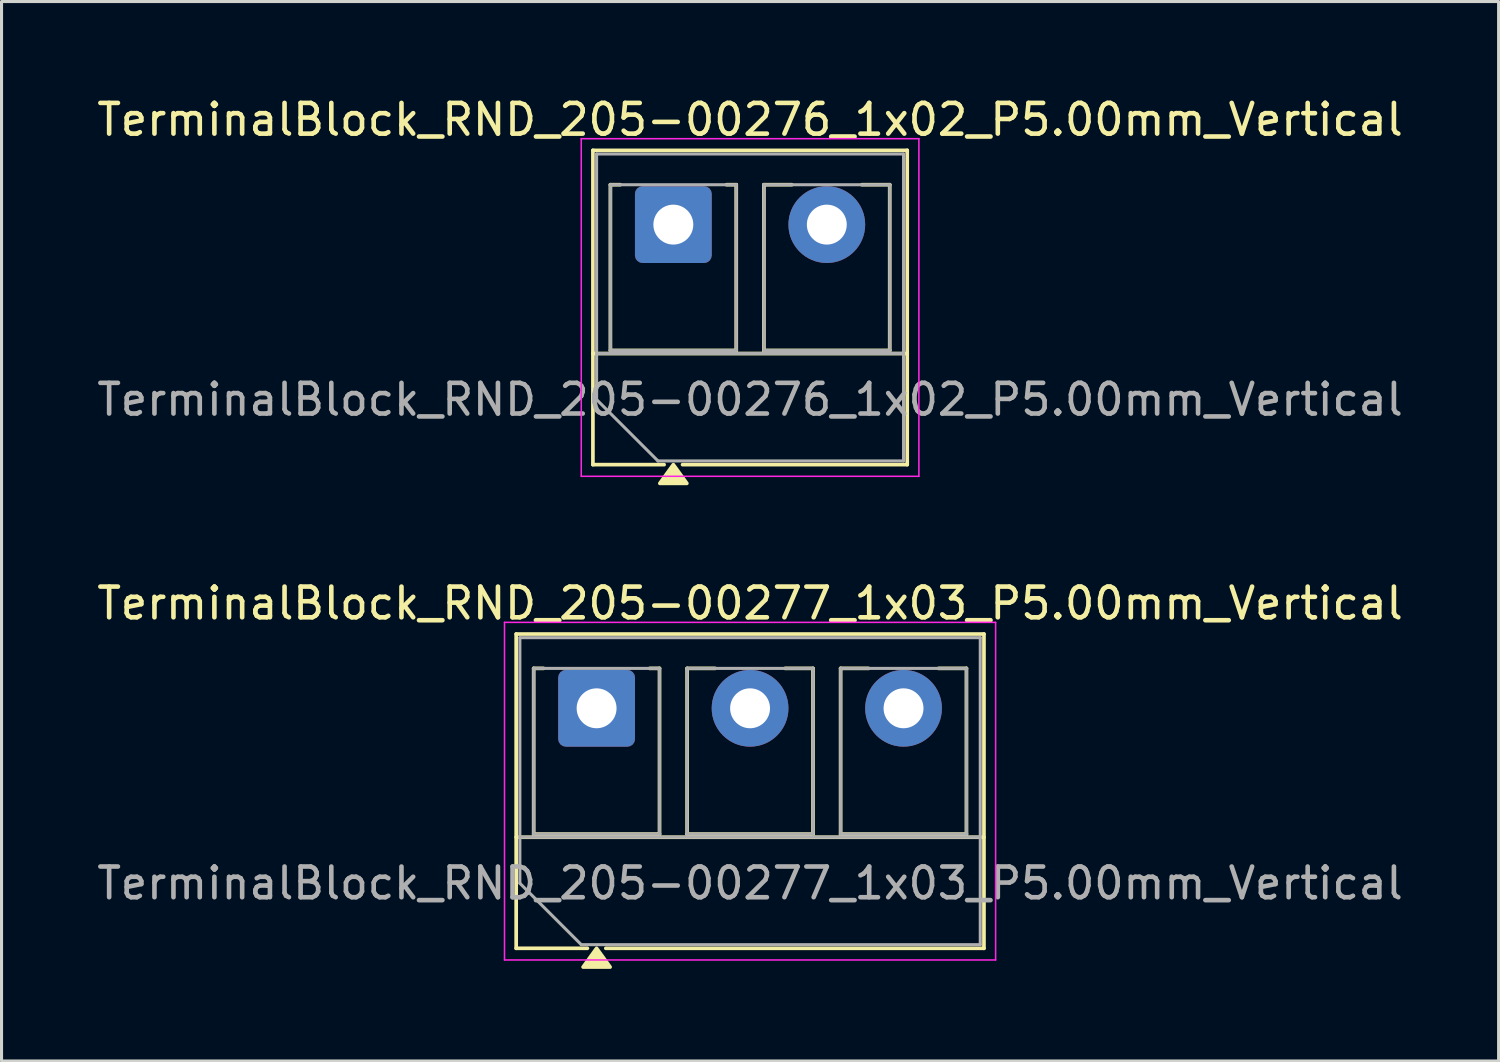
<source format=kicad_pcb>
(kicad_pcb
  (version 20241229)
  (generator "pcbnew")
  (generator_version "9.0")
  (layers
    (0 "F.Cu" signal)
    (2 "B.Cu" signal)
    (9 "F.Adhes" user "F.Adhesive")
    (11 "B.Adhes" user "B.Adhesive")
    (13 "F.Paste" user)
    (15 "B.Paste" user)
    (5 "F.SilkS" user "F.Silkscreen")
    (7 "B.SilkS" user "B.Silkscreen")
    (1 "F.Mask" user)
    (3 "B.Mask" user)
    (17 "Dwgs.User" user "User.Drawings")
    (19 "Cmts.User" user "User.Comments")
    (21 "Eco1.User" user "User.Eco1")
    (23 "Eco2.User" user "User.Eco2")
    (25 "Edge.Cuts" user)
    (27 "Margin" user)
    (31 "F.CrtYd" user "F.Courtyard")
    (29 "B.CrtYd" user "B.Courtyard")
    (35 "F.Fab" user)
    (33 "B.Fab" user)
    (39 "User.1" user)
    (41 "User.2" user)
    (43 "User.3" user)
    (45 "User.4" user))
  (footprint "TerminalBlock_RND_205-00277_1x03_P5.00mm_Vertical"
    (layer "F.Cu")
    (at 16.387 20.026)
    (property "Reference" "TerminalBlock_RND_205-00277_1x03_P5.00mm_Vertical" (at 5 -3.42 0) (layer "F.SilkS") (effects (font (size 1 1) (thickness 0.15))))
    (attr through_hole)
    (fp_line (start -2.62 -2.42) (end 12.62 -2.42) (stroke (width 0.12) (type solid)) (layer "F.SilkS"))
    (fp_line (start -2.62 4.2) (end 12.62 4.2) (stroke (width 0.12) (type solid)) (layer "F.SilkS"))
    (fp_line (start -2.62 7.82) (end -2.62 -2.42) (stroke (width 0.12) (type solid)) (layer "F.SilkS"))
    (fp_line (start -2.05 -1.3) (end -1.73 -1.3) (stroke (width 0.12) (type solid)) (layer "F.SilkS"))
    (fp_line (start -2.05 4.1) (end -2.05 -1.3) (stroke (width 0.12) (type solid)) (layer "F.SilkS"))
    (fp_line (start -0.3 7.82) (end -2.62 7.82) (stroke (width 0.12) (type solid)) (layer "F.SilkS"))
    (fp_line (start 1.73 -1.3) (end 2.05 -1.3) (stroke (width 0.12) (type solid)) (layer "F.SilkS"))
    (fp_line (start 2.05 -1.3) (end 2.05 4.1) (stroke (width 0.12) (type solid)) (layer "F.SilkS"))
    (fp_line (start 2.05 4.1) (end -2.05 4.1) (stroke (width 0.12) (type solid)) (layer "F.SilkS"))
    (fp_line (start 2.95 -1.3) (end 3.859 -1.3) (stroke (width 0.12) (type solid)) (layer "F.SilkS"))
    (fp_line (start 2.95 4.1) (end 2.95 -1.3) (stroke (width 0.12) (type solid)) (layer "F.SilkS"))
    (fp_line (start 6.141 -1.3) (end 7.05 -1.3) (stroke (width 0.12) (type solid)) (layer "F.SilkS"))
    (fp_line (start 7.05 -1.3) (end 7.05 4.1) (stroke (width 0.12) (type solid)) (layer "F.SilkS"))
    (fp_line (start 7.05 4.1) (end 2.95 4.1) (stroke (width 0.12) (type solid)) (layer "F.SilkS"))
    (fp_line (start 7.95 -1.3) (end 8.859 -1.3) (stroke (width 0.12) (type solid)) (layer "F.SilkS"))
    (fp_line (start 7.95 4.1) (end 7.95 -1.3) (stroke (width 0.12) (type solid)) (layer "F.SilkS"))
    (fp_line (start 11.141 -1.3) (end 12.05 -1.3) (stroke (width 0.12) (type solid)) (layer "F.SilkS"))
    (fp_line (start 12.05 -1.3) (end 12.05 4.1) (stroke (width 0.12) (type solid)) (layer "F.SilkS"))
    (fp_line (start 12.05 4.1) (end 7.95 4.1) (stroke (width 0.12) (type solid)) (layer "F.SilkS"))
    (fp_line (start 12.62 -2.42) (end 12.62 7.82) (stroke (width 0.12) (type solid)) (layer "F.SilkS"))
    (fp_line (start 12.62 7.82) (end 0.3 7.82) (stroke (width 0.12) (type solid)) (layer "F.SilkS"))
    (fp_poly (pts (xy 0 7.82) (xy 0.44 8.43) (xy -0.44 8.43)) (stroke (width 0.12) (type solid)) (fill yes) (layer "F.SilkS"))
    (fp_line (start -3 -2.8) (end -3 8.2) (stroke (width 0.05) (type solid)) (layer "F.CrtYd"))
    (fp_line (start -3 8.2) (end 13 8.2) (stroke (width 0.05) (type solid)) (layer "F.CrtYd"))
    (fp_line (start 13 -2.8) (end -3 -2.8) (stroke (width 0.05) (type solid)) (layer "F.CrtYd"))
    (fp_line (start 13 8.2) (end 13 -2.8) (stroke (width 0.05) (type solid)) (layer "F.CrtYd"))
    (fp_line (start -2.5 -2.3) (end 12.5 -2.3) (stroke (width 0.1) (type solid)) (layer "F.Fab"))
    (fp_line (start -2.5 4.2) (end 12.5 4.2) (stroke (width 0.1) (type solid)) (layer "F.Fab"))
    (fp_line (start -2.5 5.7) (end -2.5 -2.3) (stroke (width 0.1) (type solid)) (layer "F.Fab"))
    (fp_line (start -2.05 -1.3) (end -2.05 4.1) (stroke (width 0.1) (type solid)) (layer "F.Fab"))
    (fp_line (start -2.05 4.1) (end 2.05 4.1) (stroke (width 0.1) (type solid)) (layer "F.Fab"))
    (fp_line (start -0.5 7.7) (end -2.5 5.7) (stroke (width 0.1) (type solid)) (layer "F.Fab"))
    (fp_line (start 2.05 -1.3) (end -2.05 -1.3) (stroke (width 0.1) (type solid)) (layer "F.Fab"))
    (fp_line (start 2.05 4.1) (end 2.05 -1.3) (stroke (width 0.1) (type solid)) (layer "F.Fab"))
    (fp_line (start 2.95 -1.3) (end 2.95 4.1) (stroke (width 0.1) (type solid)) (layer "F.Fab"))
    (fp_line (start 2.95 4.1) (end 7.05 4.1) (stroke (width 0.1) (type solid)) (layer "F.Fab"))
    (fp_line (start 7.05 -1.3) (end 2.95 -1.3) (stroke (width 0.1) (type solid)) (layer "F.Fab"))
    (fp_line (start 7.05 4.1) (end 7.05 -1.3) (stroke (width 0.1) (type solid)) (layer "F.Fab"))
    (fp_line (start 7.95 -1.3) (end 7.95 4.1) (stroke (width 0.1) (type solid)) (layer "F.Fab"))
    (fp_line (start 7.95 4.1) (end 12.05 4.1) (stroke (width 0.1) (type solid)) (layer "F.Fab"))
    (fp_line (start 12.05 -1.3) (end 7.95 -1.3) (stroke (width 0.1) (type solid)) (layer "F.Fab"))
    (fp_line (start 12.05 4.1) (end 12.05 -1.3) (stroke (width 0.1) (type solid)) (layer "F.Fab"))
    (fp_line (start 12.5 -2.3) (end 12.5 7.7) (stroke (width 0.1) (type solid)) (layer "F.Fab"))
    (fp_line (start 12.5 7.7) (end -0.5 7.7) (stroke (width 0.1) (type solid)) (layer "F.Fab"))
    (fp_text user "${REFERENCE}" (at 5 5.7 0) (layer "F.Fab") (effects (font (size 1 1) (thickness 0.15))))
    (pad "1" thru_hole roundrect (at 0 0) (size 2.5 2.5) (drill 1.3) (layers "*.Cu" "*.Mask") (roundrect_rratio 0.1))
    (pad "2" thru_hole circle (at 5 0) (size 2.5 2.5) (drill 1.3) (layers "*.Cu" "*.Mask"))
    (pad "3" thru_hole circle (at 10 0) (size 2.5 2.5) (drill 1.3) (layers "*.Cu" "*.Mask")))
  (footprint "TerminalBlock_RND_205-00276_1x02_P5.00mm_Vertical"
    (layer "F.Cu")
    (at 18.887 4.268)
    (property "Reference" "TerminalBlock_RND_205-00276_1x02_P5.00mm_Vertical" (at 2.5 -3.42 0) (layer "F.SilkS") (effects (font (size 1 1) (thickness 0.15))))
    (attr through_hole)
    (fp_line (start -2.62 -2.42) (end 7.62 -2.42) (stroke (width 0.12) (type solid)) (layer "F.SilkS"))
    (fp_line (start -2.62 4.2) (end 7.62 4.2) (stroke (width 0.12) (type solid)) (layer "F.SilkS"))
    (fp_line (start -2.62 7.82) (end -2.62 -2.42) (stroke (width 0.12) (type solid)) (layer "F.SilkS"))
    (fp_line (start -2.05 -1.3) (end -1.73 -1.3) (stroke (width 0.12) (type solid)) (layer "F.SilkS"))
    (fp_line (start -2.05 4.1) (end -2.05 -1.3) (stroke (width 0.12) (type solid)) (layer "F.SilkS"))
    (fp_line (start -0.3 7.82) (end -2.62 7.82) (stroke (width 0.12) (type solid)) (layer "F.SilkS"))
    (fp_line (start 1.73 -1.3) (end 2.05 -1.3) (stroke (width 0.12) (type solid)) (layer "F.SilkS"))
    (fp_line (start 2.05 -1.3) (end 2.05 4.1) (stroke (width 0.12) (type solid)) (layer "F.SilkS"))
    (fp_line (start 2.05 4.1) (end -2.05 4.1) (stroke (width 0.12) (type solid)) (layer "F.SilkS"))
    (fp_line (start 2.95 -1.3) (end 3.859 -1.3) (stroke (width 0.12) (type solid)) (layer "F.SilkS"))
    (fp_line (start 2.95 4.1) (end 2.95 -1.3) (stroke (width 0.12) (type solid)) (layer "F.SilkS"))
    (fp_line (start 6.141 -1.3) (end 7.05 -1.3) (stroke (width 0.12) (type solid)) (layer "F.SilkS"))
    (fp_line (start 7.05 -1.3) (end 7.05 4.1) (stroke (width 0.12) (type solid)) (layer "F.SilkS"))
    (fp_line (start 7.05 4.1) (end 2.95 4.1) (stroke (width 0.12) (type solid)) (layer "F.SilkS"))
    (fp_line (start 7.62 -2.42) (end 7.62 7.82) (stroke (width 0.12) (type solid)) (layer "F.SilkS"))
    (fp_line (start 7.62 7.82) (end 0.3 7.82) (stroke (width 0.12) (type solid)) (layer "F.SilkS"))
    (fp_poly (pts (xy 0 7.82) (xy 0.44 8.43) (xy -0.44 8.43)) (stroke (width 0.12) (type solid)) (fill yes) (layer "F.SilkS"))
    (fp_line (start -3 -2.8) (end -3 8.2) (stroke (width 0.05) (type solid)) (layer "F.CrtYd"))
    (fp_line (start -3 8.2) (end 8 8.2) (stroke (width 0.05) (type solid)) (layer "F.CrtYd"))
    (fp_line (start 8 -2.8) (end -3 -2.8) (stroke (width 0.05) (type solid)) (layer "F.CrtYd"))
    (fp_line (start 8 8.2) (end 8 -2.8) (stroke (width 0.05) (type solid)) (layer "F.CrtYd"))
    (fp_line (start -2.5 -2.3) (end 7.5 -2.3) (stroke (width 0.1) (type solid)) (layer "F.Fab"))
    (fp_line (start -2.5 4.2) (end 7.5 4.2) (stroke (width 0.1) (type solid)) (layer "F.Fab"))
    (fp_line (start -2.5 5.7) (end -2.5 -2.3) (stroke (width 0.1) (type solid)) (layer "F.Fab"))
    (fp_line (start -2.05 -1.3) (end -2.05 4.1) (stroke (width 0.1) (type solid)) (layer "F.Fab"))
    (fp_line (start -2.05 4.1) (end 2.05 4.1) (stroke (width 0.1) (type solid)) (layer "F.Fab"))
    (fp_line (start -0.5 7.7) (end -2.5 5.7) (stroke (width 0.1) (type solid)) (layer "F.Fab"))
    (fp_line (start 2.05 -1.3) (end -2.05 -1.3) (stroke (width 0.1) (type solid)) (layer "F.Fab"))
    (fp_line (start 2.05 4.1) (end 2.05 -1.3) (stroke (width 0.1) (type solid)) (layer "F.Fab"))
    (fp_line (start 2.95 -1.3) (end 2.95 4.1) (stroke (width 0.1) (type solid)) (layer "F.Fab"))
    (fp_line (start 2.95 4.1) (end 7.05 4.1) (stroke (width 0.1) (type solid)) (layer "F.Fab"))
    (fp_line (start 7.05 -1.3) (end 2.95 -1.3) (stroke (width 0.1) (type solid)) (layer "F.Fab"))
    (fp_line (start 7.05 4.1) (end 7.05 -1.3) (stroke (width 0.1) (type solid)) (layer "F.Fab"))
    (fp_line (start 7.5 -2.3) (end 7.5 7.7) (stroke (width 0.1) (type solid)) (layer "F.Fab"))
    (fp_line (start 7.5 7.7) (end -0.5 7.7) (stroke (width 0.1) (type solid)) (layer "F.Fab"))
    (fp_text user "${REFERENCE}" (at 2.5 5.7 0) (layer "F.Fab") (effects (font (size 1 1) (thickness 0.15))))
    (pad "1" thru_hole roundrect (at 0 0) (size 2.5 2.5) (drill 1.3) (layers "*.Cu" "*.Mask") (roundrect_rratio 0.1))
    (pad "2" thru_hole circle (at 5 0) (size 2.5 2.5) (drill 1.3) (layers "*.Cu" "*.Mask")))
  (gr_rect
    (start -3 -3)
    (end 45.774 31.517)
    (stroke (width 0.1) (type default))
    (fill no)
    (layer "Edge.Cuts")))
</source>
